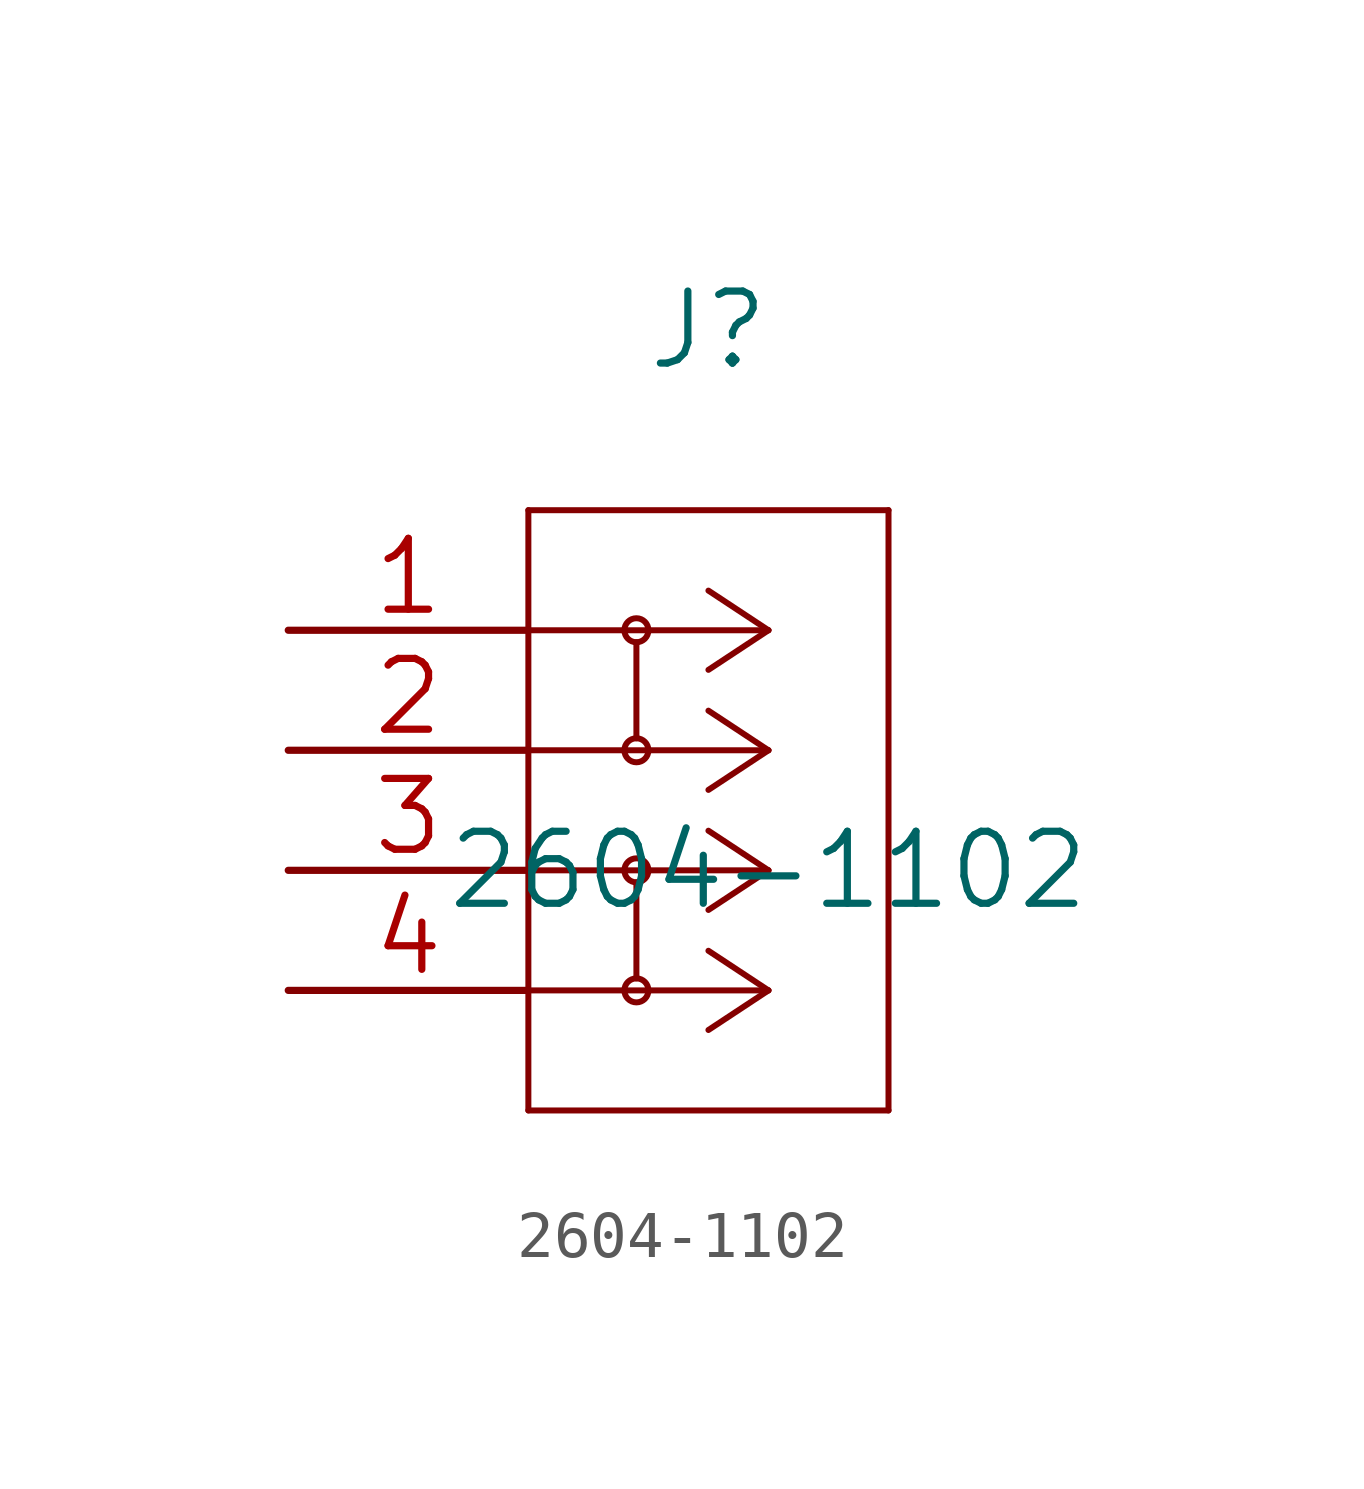
<source format=kicad_sym>
(kicad_symbol_lib
  (version 20211014)
  (generator kicad_symbol_editor)
  (symbol "2604-1102"
    (pin_names
      (offset 0.254) hide)
    (property "Reference" "J"
      (at -1.27 11.43 0)
      (effects (font (size 1.524 1.524))))
    (property "Value" "2604-1102"
      (at 0 0 0)
      (effects (font (size 1.524 1.524))))
    (property "Datasheet" ""
      (at 0 0 0)
      (effects (font (size 1.524 1.524))))
    (property "ki_locked" ""
      (at 0 0 0)
      (effects (font (size 1.27 1.27))))
    (symbol "2604-1102_1_1"
      (circle (center -2.794 -2.54) (radius 0.254) (stroke (width 0.127) (type default) (color 0 0 0 0)) (fill (type none)))
      (circle (center -2.794 0) (radius 0.254) (stroke (width 0.127) (type default) (color 0 0 0 0)) (fill (type none)))
      (circle (center -2.794 2.54) (radius 0.254) (stroke (width 0.127) (type default) (color 0 0 0 0)) (fill (type none)))
      (circle (center -2.794 5.08) (radius 0.254) (stroke (width 0.127) (type default) (color 0 0 0 0)) (fill (type none)))
      (arc (start -2.54 -2.54) (mid -3.048 -2.54) (end -2.54 -2.54) (stroke (width 0.127) (type default) (color 0 0 0 0)) (fill (type none)))
      (arc (start -2.54 0) (mid -3.048 0) (end -2.54 0) (stroke (width 0.127) (type default) (color 0 0 0 0)) (fill (type none)))
      (arc (start -2.54 2.54) (mid -3.048 2.54) (end -2.54 2.54) (stroke (width 0.127) (type default) (color 0 0 0 0)) (fill (type none)))
      (arc (start -2.54 5.08) (mid -3.048 5.08) (end -2.54 5.08) (stroke (width 0.127) (type default) (color 0 0 0 0)) (fill (type none)))
      (polyline (pts (xy -5.08 -5.08) (xy 2.54 -5.08)) (stroke (width 0.127) (type default) (color 0 0 0 0)) (fill (type none)))
      (polyline (pts (xy -5.08 7.62) (xy -5.08 -5.08)) (stroke (width 0.127) (type default) (color 0 0 0 0)) (fill (type none)))
      (polyline (pts (xy -2.794 -0.254) (xy -2.794 -2.286)) (stroke (width 0.127) (type default) (color 0 0 0 0)) (fill (type none)))
      (polyline (pts (xy -2.794 4.826) (xy -2.794 2.794)) (stroke (width 0.127) (type default) (color 0 0 0 0)) (fill (type none)))
      (polyline (pts (xy 0 -2.54) (xy -5.08 -2.54)) (stroke (width 0.127) (type default) (color 0 0 0 0)) (fill (type none)))
      (polyline (pts (xy 0 -2.54) (xy -1.27 -3.378)) (stroke (width 0.127) (type default) (color 0 0 0 0)) (fill (type none)))
      (polyline (pts (xy 0 -2.54) (xy -1.27 -1.702)) (stroke (width 0.127) (type default) (color 0 0 0 0)) (fill (type none)))
      (polyline (pts (xy 0 0) (xy -5.08 0)) (stroke (width 0.127) (type default) (color 0 0 0 0)) (fill (type none)))
      (polyline (pts (xy 0 0) (xy -1.27 -0.838)) (stroke (width 0.127) (type default) (color 0 0 0 0)) (fill (type none)))
      (polyline (pts (xy 0 0) (xy -1.27 0.838)) (stroke (width 0.127) (type default) (color 0 0 0 0)) (fill (type none)))
      (polyline (pts (xy 0 2.54) (xy -5.08 2.54)) (stroke (width 0.127) (type default) (color 0 0 0 0)) (fill (type none)))
      (polyline (pts (xy 0 2.54) (xy -1.27 1.702)) (stroke (width 0.127) (type default) (color 0 0 0 0)) (fill (type none)))
      (polyline (pts (xy 0 2.54) (xy -1.27 3.378)) (stroke (width 0.127) (type default) (color 0 0 0 0)) (fill (type none)))
      (polyline (pts (xy 0 5.08) (xy -5.08 5.08)) (stroke (width 0.127) (type default) (color 0 0 0 0)) (fill (type none)))
      (polyline (pts (xy 0 5.08) (xy -1.27 4.242)) (stroke (width 0.127) (type default) (color 0 0 0 0)) (fill (type none)))
      (polyline (pts (xy 0 5.08) (xy -1.27 5.918)) (stroke (width 0.127) (type default) (color 0 0 0 0)) (fill (type none)))
      (polyline (pts (xy 2.54 -5.08) (xy 2.54 7.62)) (stroke (width 0.127) (type default) (color 0 0 0 0)) (fill (type none)))
      (polyline (pts (xy 2.54 7.62) (xy -5.08 7.62)) (stroke (width 0.127) (type default) (color 0 0 0 0)) (fill (type none)))
      (pin passive line (at -10.16 5.08 0) (length 5.08) (name "1" (effects (font (size 1.499 1.499)))) (number "1" (effects (font (size 1.499 1.499)))))
      (pin passive line (at -10.16 2.54 0) (length 5.08) (name "2" (effects (font (size 1.499 1.499)))) (number "2" (effects (font (size 1.499 1.499)))))
      (pin passive line (at -10.16 0 0) (length 5.08) (name "3" (effects (font (size 1.499 1.499)))) (number "3" (effects (font (size 1.499 1.499)))))
      (pin passive line (at -10.16 -2.54 0) (length 5.08) (name "4" (effects (font (size 1.499 1.499)))) (number "4" (effects (font (size 1.499 1.499))))))))
</source>
